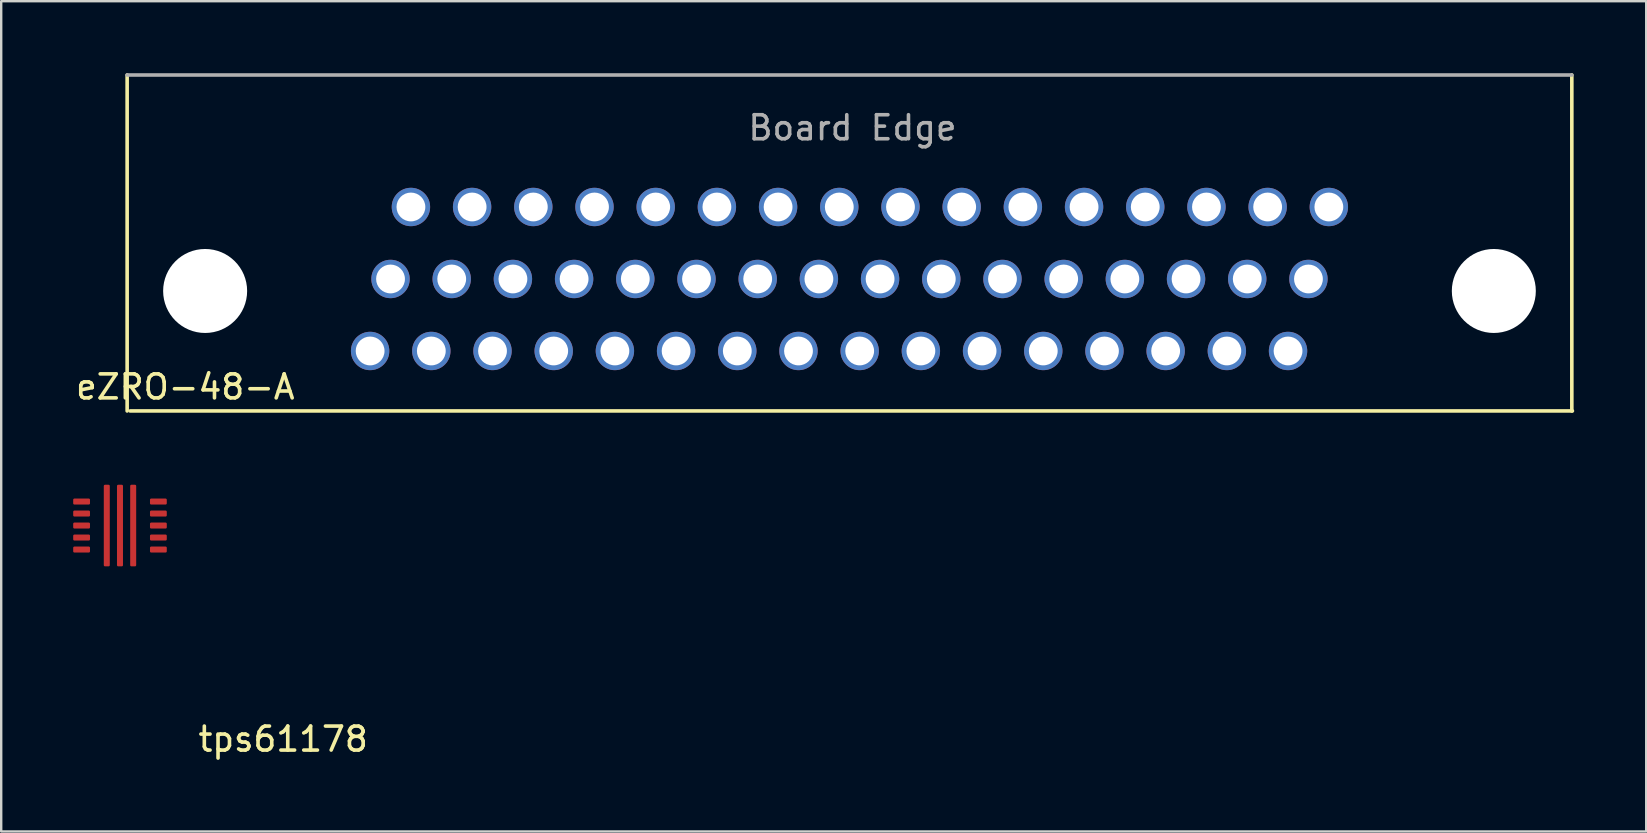
<source format=kicad_pcb>
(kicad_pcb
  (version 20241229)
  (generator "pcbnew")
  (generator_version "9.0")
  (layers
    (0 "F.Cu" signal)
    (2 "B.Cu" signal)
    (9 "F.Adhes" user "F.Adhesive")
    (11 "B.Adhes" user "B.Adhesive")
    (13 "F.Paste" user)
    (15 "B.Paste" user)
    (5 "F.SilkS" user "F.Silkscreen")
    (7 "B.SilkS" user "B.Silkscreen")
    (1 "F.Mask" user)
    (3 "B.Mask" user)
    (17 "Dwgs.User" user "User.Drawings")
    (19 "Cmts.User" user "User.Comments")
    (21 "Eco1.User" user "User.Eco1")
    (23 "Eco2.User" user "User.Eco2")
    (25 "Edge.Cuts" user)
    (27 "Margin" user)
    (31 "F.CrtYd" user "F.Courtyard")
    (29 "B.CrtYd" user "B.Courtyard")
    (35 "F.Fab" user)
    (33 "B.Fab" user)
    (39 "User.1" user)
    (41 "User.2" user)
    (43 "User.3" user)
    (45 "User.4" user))
  (footprint "tps61178"
    (layer "F.Cu")
    (at 1.95 18.85)
    (property "Reference" "tps61178" (at 6.8 8.9 0) (layer "F.SilkS") (effects (font (size 1 1) (thickness 0.15))))
    (attr through_hole)
    (pad "1" smd roundrect (at -1.6 -1) (size 0.7 0.25) (layers "F.Cu" "F.Mask" "F.Paste") (roundrect_rratio 0.2))
    (pad "2" smd roundrect (at -1.6 -0.5) (size 0.7 0.25) (layers "F.Cu" "F.Mask" "F.Paste") (roundrect_rratio 0.2))
    (pad "3" smd roundrect (at -1.6 0) (size 0.7 0.25) (layers "F.Cu" "F.Mask" "F.Paste") (roundrect_rratio 0.2))
    (pad "4" smd roundrect (at -1.6 0.5) (size 0.7 0.25) (layers "F.Cu" "F.Mask" "F.Paste") (roundrect_rratio 0.2))
    (pad "5" smd roundrect (at -1.6 1) (size 0.7 0.25) (layers "F.Cu" "F.Mask" "F.Paste") (roundrect_rratio 0.2))
    (pad "6" smd roundrect (at -0.55 0) (size 0.25 3.4) (layers "F.Cu" "F.Mask" "F.Paste") (roundrect_rratio 0.2))
    (pad "7" smd roundrect (at 0 0) (size 0.25 3.4) (layers "F.Cu" "F.Mask" "F.Paste") (roundrect_rratio 0.2))
    (pad "8" smd roundrect (at 0.55 0) (size 0.25 3.4) (layers "F.Cu" "F.Mask" "F.Paste") (roundrect_rratio 0.2))
    (pad "9" smd roundrect (at 1.6 1) (size 0.7 0.25) (layers "F.Cu" "F.Mask" "F.Paste") (roundrect_rratio 0.2))
    (pad "10" smd roundrect (at 1.6 0.5) (size 0.7 0.25) (layers "F.Cu" "F.Mask" "F.Paste") (roundrect_rratio 0.2))
    (pad "11" smd roundrect (at 1.6 0) (size 0.7 0.25) (layers "F.Cu" "F.Mask" "F.Paste") (roundrect_rratio 0.2))
    (pad "12" smd roundrect (at 1.6 -0.5) (size 0.7 0.25) (layers "F.Cu" "F.Mask" "F.Paste") (roundrect_rratio 0.2))
    (pad "13" smd roundrect (at 1.6 -1) (size 0.7 0.25) (layers "F.Cu" "F.Mask" "F.Paste") (roundrect_rratio 0.2)))
  (footprint "eZRO-48-A"
    (layer "F.Cu")
    (at 32.348 8.075)
    (property "Reference" "eZRO-48-A" (at -27.675 5 0) (layer "F.SilkS") (effects (font (size 1 1) (thickness 0.15))))
    (attr through_hole)
    (fp_line (start -30.1 -8) (end -30.1 6) (stroke (width 0.15) (type solid)) (layer "F.SilkS"))
    (fp_line (start -29.975 6) (end 30.125 6) (stroke (width 0.15) (type solid)) (layer "F.SilkS"))
    (fp_line (start 30.1 6) (end 30.1 -8) (stroke (width 0.15) (type solid)) (layer "F.SilkS"))
    (fp_line (start -30.1 -8) (end 30.1 -8) (stroke (width 0.15) (type solid)) (layer "F.Fab"))
    (fp_text user "Board Edge" (at 0.125 -5.8 0) (layer "F.Fab") (effects (font (size 1 1) (thickness 0.15))))
    (pad "" np_thru_hole circle (at -26.85 1) (size 3.5 3.5) (drill 3.5) (layers "*.Cu" "*.Mask"))
    (pad "" np_thru_hole circle (at 26.85 1) (size 3.5 3.5) (drill 3.5) (layers "*.Cu" "*.Mask"))
    (pad "1" thru_hole circle (at -19.975 3.5) (size 1.6 1.6) (drill 1.2) (layers "*.Cu" "*.Mask"))
    (pad "2" thru_hole circle (at -19.125 0.5) (size 1.6 1.6) (drill 1.2) (layers "*.Cu" "*.Mask"))
    (pad "3" thru_hole circle (at -18.275 -2.5) (size 1.6 1.6) (drill 1.2) (layers "*.Cu" "*.Mask"))
    (pad "4" thru_hole circle (at -17.425 3.5) (size 1.6 1.6) (drill 1.2) (layers "*.Cu" "*.Mask"))
    (pad "5" thru_hole circle (at -16.575 0.5) (size 1.6 1.6) (drill 1.2) (layers "*.Cu" "*.Mask"))
    (pad "6" thru_hole circle (at -15.725 -2.5) (size 1.6 1.6) (drill 1.2) (layers "*.Cu" "*.Mask"))
    (pad "7" thru_hole circle (at -14.875 3.5) (size 1.6 1.6) (drill 1.2) (layers "*.Cu" "*.Mask"))
    (pad "8" thru_hole circle (at -14.025 0.5) (size 1.6 1.6) (drill 1.2) (layers "*.Cu" "*.Mask"))
    (pad "9" thru_hole circle (at -13.175 -2.5) (size 1.6 1.6) (drill 1.2) (layers "*.Cu" "*.Mask"))
    (pad "10" thru_hole circle (at -12.325 3.5) (size 1.6 1.6) (drill 1.2) (layers "*.Cu" "*.Mask"))
    (pad "11" thru_hole circle (at -11.475 0.5) (size 1.6 1.6) (drill 1.2) (layers "*.Cu" "*.Mask"))
    (pad "12" thru_hole circle (at -10.625 -2.5) (size 1.6 1.6) (drill 1.2) (layers "*.Cu" "*.Mask"))
    (pad "13" thru_hole circle (at -9.775 3.5) (size 1.6 1.6) (drill 1.2) (layers "*.Cu" "*.Mask"))
    (pad "14" thru_hole circle (at -8.925 0.5) (size 1.6 1.6) (drill 1.2) (layers "*.Cu" "*.Mask"))
    (pad "15" thru_hole circle (at -8.075 -2.5) (size 1.6 1.6) (drill 1.2) (layers "*.Cu" "*.Mask"))
    (pad "16" thru_hole circle (at -7.225 3.5) (size 1.6 1.6) (drill 1.2) (layers "*.Cu" "*.Mask"))
    (pad "17" thru_hole circle (at -6.375 0.5) (size 1.6 1.6) (drill 1.2) (layers "*.Cu" "*.Mask"))
    (pad "18" thru_hole circle (at -5.525 -2.5) (size 1.6 1.6) (drill 1.2) (layers "*.Cu" "*.Mask"))
    (pad "19" thru_hole circle (at -4.675 3.5) (size 1.6 1.6) (drill 1.2) (layers "*.Cu" "*.Mask"))
    (pad "20" thru_hole circle (at -3.825 0.5) (size 1.6 1.6) (drill 1.2) (layers "*.Cu" "*.Mask"))
    (pad "21" thru_hole circle (at -2.975 -2.5) (size 1.6 1.6) (drill 1.2) (layers "*.Cu" "*.Mask"))
    (pad "22" thru_hole circle (at -2.125 3.5) (size 1.6 1.6) (drill 1.2) (layers "*.Cu" "*.Mask"))
    (pad "23" thru_hole circle (at -1.275 0.5) (size 1.6 1.6) (drill 1.2) (layers "*.Cu" "*.Mask"))
    (pad "24" thru_hole circle (at -0.425 -2.5) (size 1.6 1.6) (drill 1.2) (layers "*.Cu" "*.Mask"))
    (pad "25" thru_hole circle (at 0.425 3.5) (size 1.6 1.6) (drill 1.2) (layers "*.Cu" "*.Mask"))
    (pad "26" thru_hole circle (at 1.275 0.5) (size 1.6 1.6) (drill 1.2) (layers "*.Cu" "*.Mask"))
    (pad "27" thru_hole circle (at 2.125 -2.5) (size 1.6 1.6) (drill 1.2) (layers "*.Cu" "*.Mask"))
    (pad "28" thru_hole circle (at 2.975 3.5) (size 1.6 1.6) (drill 1.2) (layers "*.Cu" "*.Mask"))
    (pad "29" thru_hole circle (at 3.825 0.5) (size 1.6 1.6) (drill 1.2) (layers "*.Cu" "*.Mask"))
    (pad "30" thru_hole circle (at 4.675 -2.5) (size 1.6 1.6) (drill 1.2) (layers "*.Cu" "*.Mask"))
    (pad "31" thru_hole circle (at 5.525 3.5) (size 1.6 1.6) (drill 1.2) (layers "*.Cu" "*.Mask"))
    (pad "32" thru_hole circle (at 6.375 0.5) (size 1.6 1.6) (drill 1.2) (layers "*.Cu" "*.Mask"))
    (pad "33" thru_hole circle (at 7.225 -2.5) (size 1.6 1.6) (drill 1.2) (layers "*.Cu" "*.Mask"))
    (pad "34" thru_hole circle (at 8.075 3.5) (size 1.6 1.6) (drill 1.2) (layers "*.Cu" "*.Mask"))
    (pad "35" thru_hole circle (at 8.925 0.5) (size 1.6 1.6) (drill 1.2) (layers "*.Cu" "*.Mask"))
    (pad "36" thru_hole circle (at 9.775 -2.5) (size 1.6 1.6) (drill 1.2) (layers "*.Cu" "*.Mask"))
    (pad "37" thru_hole circle (at 10.625 3.5) (size 1.6 1.6) (drill 1.2) (layers "*.Cu" "*.Mask"))
    (pad "38" thru_hole circle (at 11.475 0.5) (size 1.6 1.6) (drill 1.2) (layers "*.Cu" "*.Mask"))
    (pad "39" thru_hole circle (at 12.325 -2.5) (size 1.6 1.6) (drill 1.2) (layers "*.Cu" "*.Mask"))
    (pad "40" thru_hole circle (at 13.175 3.5) (size 1.6 1.6) (drill 1.2) (layers "*.Cu" "*.Mask"))
    (pad "41" thru_hole circle (at 14.025 0.5) (size 1.6 1.6) (drill 1.2) (layers "*.Cu" "*.Mask"))
    (pad "42" thru_hole circle (at 14.875 -2.5) (size 1.6 1.6) (drill 1.2) (layers "*.Cu" "*.Mask"))
    (pad "43" thru_hole circle (at 15.725 3.5) (size 1.6 1.6) (drill 1.2) (layers "*.Cu" "*.Mask"))
    (pad "44" thru_hole circle (at 16.575 0.5) (size 1.6 1.6) (drill 1.2) (layers "*.Cu" "*.Mask"))
    (pad "45" thru_hole circle (at 17.425 -2.5) (size 1.6 1.6) (drill 1.2) (layers "*.Cu" "*.Mask"))
    (pad "46" thru_hole circle (at 18.275 3.5) (size 1.6 1.6) (drill 1.2) (layers "*.Cu" "*.Mask"))
    (pad "47" thru_hole circle (at 19.125 0.5) (size 1.6 1.6) (drill 1.2) (layers "*.Cu" "*.Mask"))
    (pad "48" thru_hole circle (at 19.975 -2.5) (size 1.6 1.6) (drill 1.2) (layers "*.Cu" "*.Mask")))
  (gr_rect
    (start -3 -3)
    (end 65.548 31.598)
    (stroke (width 0.1) (type default))
    (fill no)
    (layer "Edge.Cuts")))
</source>
